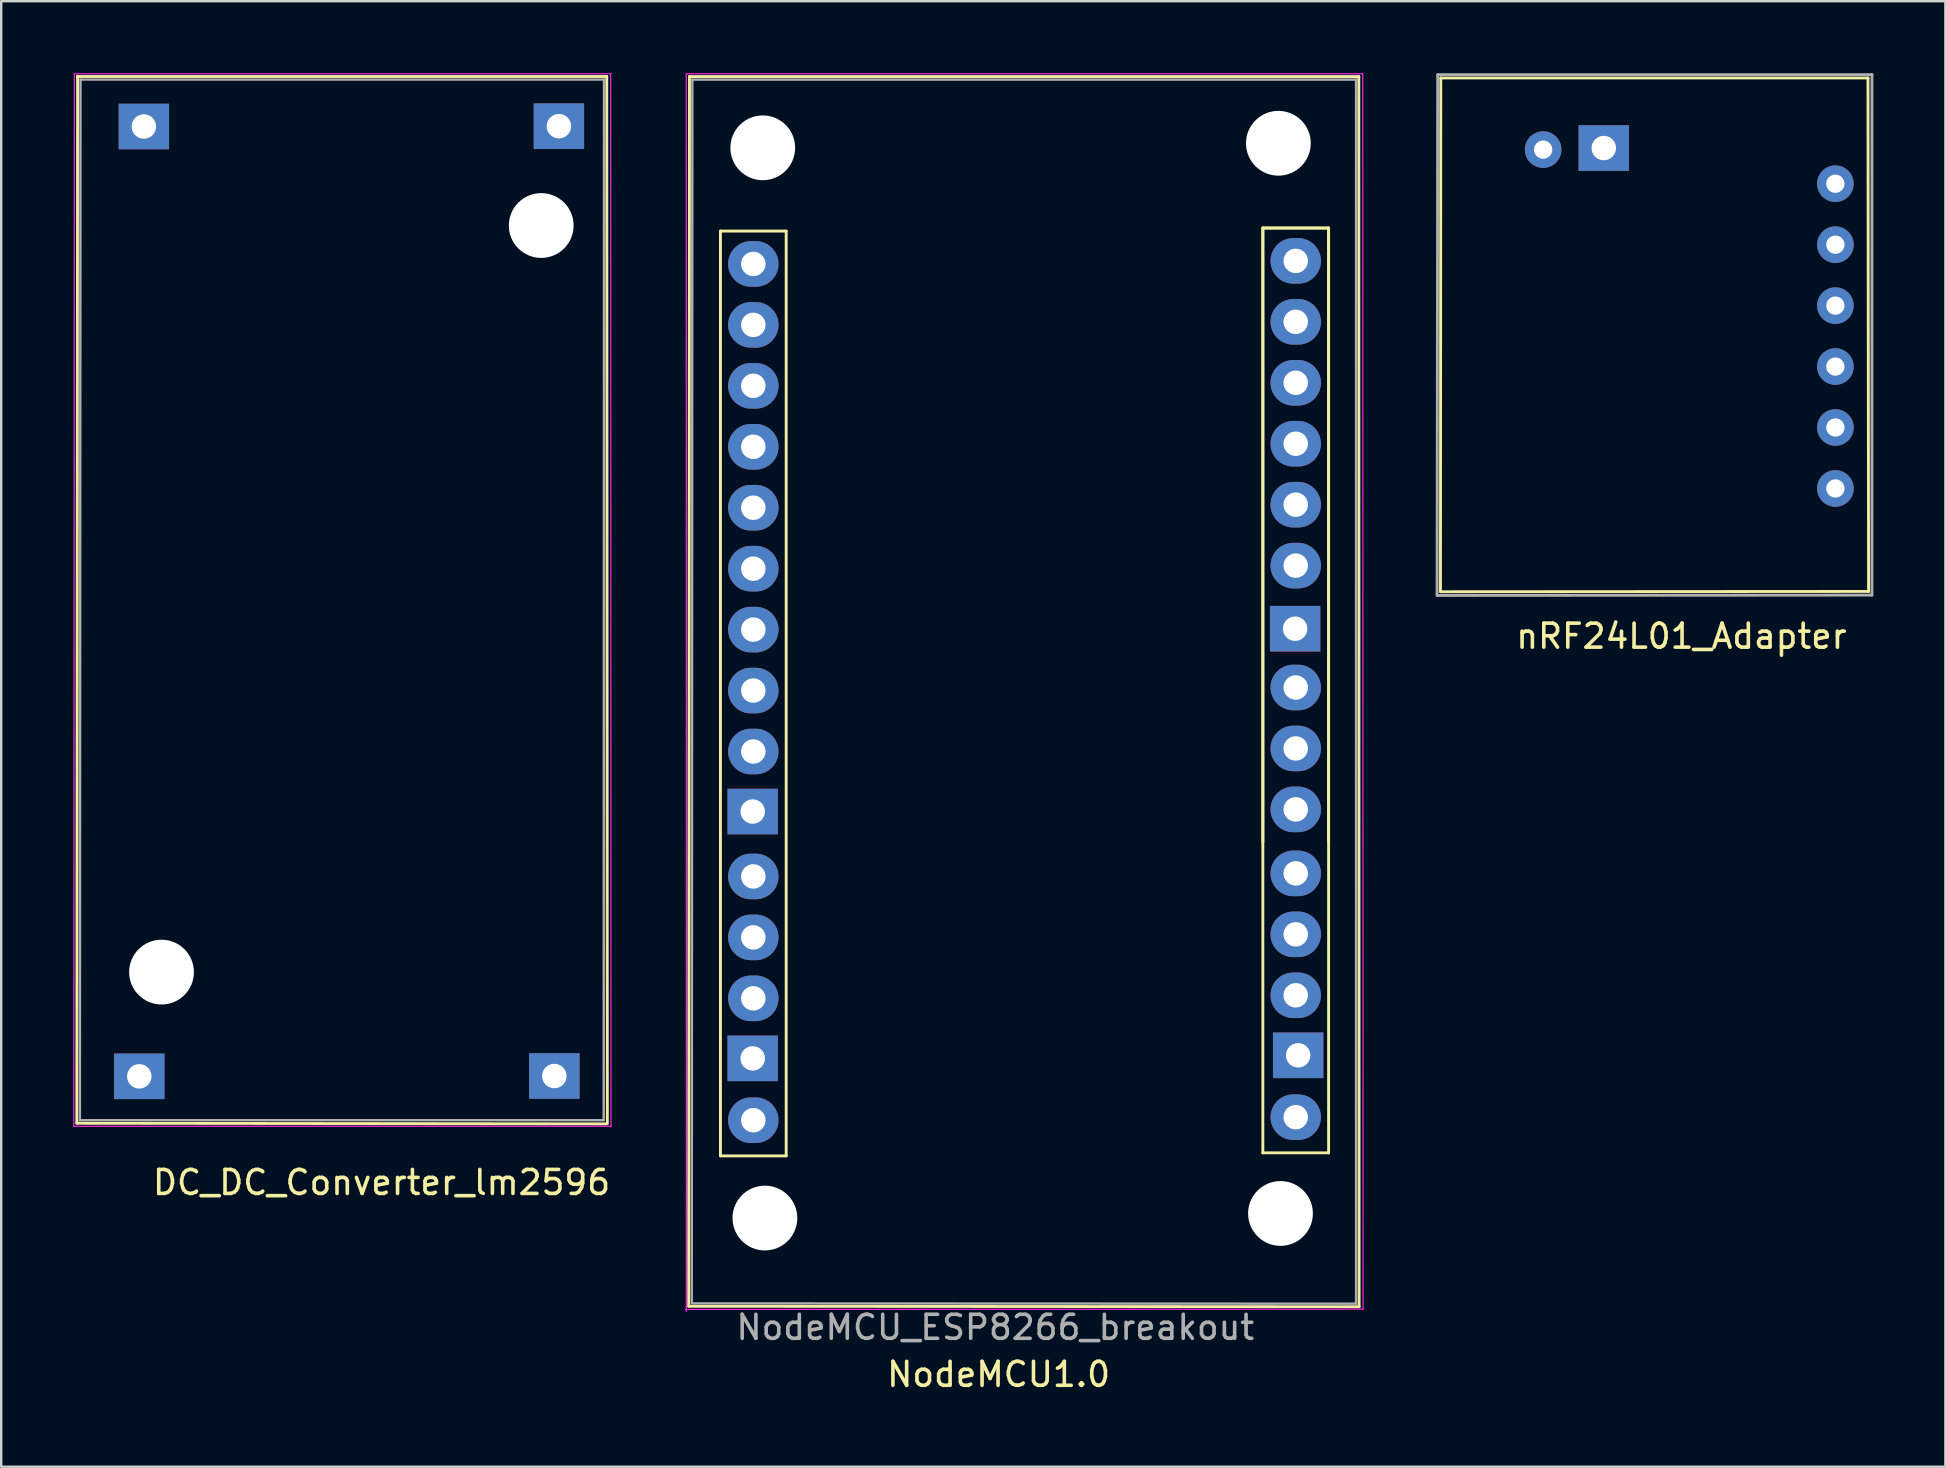
<source format=kicad_pcb>
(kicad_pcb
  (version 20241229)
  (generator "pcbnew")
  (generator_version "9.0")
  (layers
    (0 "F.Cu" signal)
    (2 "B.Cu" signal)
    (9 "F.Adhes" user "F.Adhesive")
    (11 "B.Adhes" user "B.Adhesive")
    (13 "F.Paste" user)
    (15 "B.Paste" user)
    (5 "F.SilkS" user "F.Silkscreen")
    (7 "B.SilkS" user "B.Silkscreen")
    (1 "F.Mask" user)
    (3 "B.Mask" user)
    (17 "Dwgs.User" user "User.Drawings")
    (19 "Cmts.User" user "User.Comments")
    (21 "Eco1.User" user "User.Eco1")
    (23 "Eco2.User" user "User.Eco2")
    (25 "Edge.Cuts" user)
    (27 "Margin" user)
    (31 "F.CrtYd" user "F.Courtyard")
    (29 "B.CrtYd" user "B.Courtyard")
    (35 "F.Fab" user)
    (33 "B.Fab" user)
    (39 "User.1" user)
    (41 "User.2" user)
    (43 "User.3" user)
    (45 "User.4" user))
  (footprint "NodeMCU1.0"
    (layer "F.Cu")
    (at 38.48 18.58)
    (property "Reference" "NodeMCU1.0" (at 0.089 35.649 0) (layer "F.SilkS") (effects (font (size 1 1) (thickness 0.15))))
    (attr through_hole)
    (fp_line (start -12.827 32.81) (end 15.113 32.83) (stroke (width 0.12) (type solid)) (layer "F.SilkS"))
    (fp_line (start -12.795 -18.44) (end -12.827 32.81) (stroke (width 0.12) (type solid)) (layer "F.SilkS"))
    (fp_line (start -12.795 -18.44) (end 15.1 -18.44) (stroke (width 0.12) (type solid)) (layer "F.SilkS"))
    (fp_line (start -11.505 -12) (end -11.505 26.543) (stroke (width 0.12) (type solid)) (layer "F.SilkS"))
    (fp_line (start -11.505 26.543) (end -8.765 26.543) (stroke (width 0.12) (type solid)) (layer "F.SilkS"))
    (fp_line (start -8.765 -12) (end -11.505 -12) (stroke (width 0.12) (type solid)) (layer "F.SilkS"))
    (fp_line (start -8.765 26.543) (end -8.765 -12) (stroke (width 0.12) (type solid)) (layer "F.SilkS"))
    (fp_line (start 11.101 -12.127) (end 11.101 13.473) (stroke (width 0.12) (type solid)) (layer "F.SilkS"))
    (fp_line (start 11.101 -12.127) (end 11.101 26.416) (stroke (width 0.12) (type solid)) (layer "F.SilkS"))
    (fp_line (start 11.101 26.416) (end 13.841 26.416) (stroke (width 0.12) (type solid)) (layer "F.SilkS"))
    (fp_line (start 13.841 -12.127) (end 11.101 -12.127) (stroke (width 0.12) (type solid)) (layer "F.SilkS"))
    (fp_line (start 13.841 -12.127) (end 11.101 -12.127) (stroke (width 0.12) (type solid)) (layer "F.SilkS"))
    (fp_line (start 13.841 13.473) (end 13.841 -12.127) (stroke (width 0.12) (type solid)) (layer "F.SilkS"))
    (fp_line (start 13.841 26.416) (end 13.841 -12.127) (stroke (width 0.12) (type solid)) (layer "F.SilkS"))
    (fp_line (start 15.1 -18.44) (end 15.113 32.83) (stroke (width 0.12) (type solid)) (layer "F.SilkS"))
    (fp_line (start -12.954 32.94) (end 15.278 32.931) (stroke (width 0.05) (type solid)) (layer "F.CrtYd"))
    (fp_line (start -12.929 -18.555) (end -12.925 33.02) (stroke (width 0.05) (type solid)) (layer "F.CrtYd"))
    (fp_line (start 15.265 -18.555) (end -12.929 -18.555) (stroke (width 0.05) (type solid)) (layer "F.CrtYd"))
    (fp_line (start 15.278 32.931) (end 15.265 -18.555) (stroke (width 0.05) (type solid)) (layer "F.CrtYd"))
    (fp_line (start -12.7 32.69) (end 14.986 32.703) (stroke (width 0.1) (type solid)) (layer "F.Fab"))
    (fp_line (start -12.675 -18.313) (end -12.7 32.639) (stroke (width 0.1) (type solid)) (layer "F.Fab"))
    (fp_line (start -12.675 -18.313) (end 14.986 -18.313) (stroke (width 0.1) (type solid)) (layer "F.Fab"))
    (fp_line (start 14.986 -18.313) (end 14.986 32.703) (stroke (width 0.1) (type solid)) (layer "F.Fab"))
    (fp_text user "NodeMCU_ESP8266_breakout" (at -0.051 33.69 0) (layer "F.Fab") (effects (font (size 1 1) (thickness 0.15))))
    (pad "" np_thru_hole circle (at -9.741 -15.469) (size 2.7 2.7) (drill 2.7) (layers "*.Cu" "*.Mask"))
    (pad "" np_thru_hole circle (at -9.652 29.134) (size 2.7 2.7) (drill 2.7) (layers "*.Cu" "*.Mask"))
    (pad "" np_thru_hole circle (at 11.748 -15.659) (size 2.7 2.7) (drill 2.7) (layers "*.Cu" "*.Mask"))
    (pad "" np_thru_hole circle (at 11.836 28.943) (size 2.7 2.7) (drill 2.7) (layers "*.Cu" "*.Mask"))
    (pad "1" thru_hole oval (at -10.135 -10.63) (size 2.1 1.9) (drill 1.02) (layers "*.Cu" "*.Mask"))
    (pad "2" thru_hole oval (at -10.135 -8.09) (size 2.1 1.9) (drill 1.02) (layers "*.Cu" "*.Mask"))
    (pad "3" thru_hole oval (at -10.135 -5.55) (size 2.1 1.9) (drill 1.02) (layers "*.Cu" "*.Mask"))
    (pad "4" thru_hole oval (at -10.135 -3.01) (size 2.1 1.9) (drill 1.02) (layers "*.Cu" "*.Mask"))
    (pad "5" thru_hole oval (at -10.135 -0.47) (size 2.1 1.9) (drill 1.02) (layers "*.Cu" "*.Mask"))
    (pad "6" thru_hole oval (at -10.135 2.07) (size 2.1 1.9) (drill 1.02) (layers "*.Cu" "*.Mask"))
    (pad "7" thru_hole oval (at -10.135 4.61) (size 2.1 1.9) (drill 1.02) (layers "*.Cu" "*.Mask"))
    (pad "8" thru_hole oval (at -10.135 7.15) (size 2.1 1.9) (drill 1.02) (layers "*.Cu" "*.Mask"))
    (pad "9" thru_hole oval (at -10.135 9.69) (size 2.1 1.9) (drill 1.02) (layers "*.Cu" "*.Mask"))
    (pad "10" thru_hole rect (at -10.16 12.192) (size 2.1 1.9) (drill 1.02) (layers "*.Cu" "*.Mask"))
    (pad "11" thru_hole oval (at -10.135 14.897) (size 2.1 1.9) (drill 1.02) (layers "*.Cu" "*.Mask"))
    (pad "12" thru_hole oval (at -10.135 17.437) (size 2.1 1.9) (drill 1.02) (layers "*.Cu" "*.Mask"))
    (pad "13" thru_hole oval (at -10.135 19.977) (size 2.1 1.9) (drill 1.02) (layers "*.Cu" "*.Mask"))
    (pad "14" thru_hole rect (at -10.16 22.479) (size 2.1 1.9) (drill 1.02) (layers "*.Cu" "*.Mask"))
    (pad "15" thru_hole oval (at -10.135 25.057) (size 2.1 1.9) (drill 1.02) (layers "*.Cu" "*.Mask"))
    (pad "16" thru_hole oval (at 12.471 24.93) (size 2.1 1.9) (drill 1.02) (layers "*.Cu" "*.Mask"))
    (pad "17" thru_hole rect (at 12.573 22.352) (size 2.1 1.9) (drill 1.02) (layers "*.Cu" "*.Mask"))
    (pad "18" thru_hole oval (at 12.471 19.85) (size 2.1 1.9) (drill 1.02) (layers "*.Cu" "*.Mask"))
    (pad "19" thru_hole oval (at 12.471 17.31) (size 2.1 1.9) (drill 1.02) (layers "*.Cu" "*.Mask"))
    (pad "20" thru_hole oval (at 12.471 14.77) (size 2.1 1.9) (drill 1.02) (layers "*.Cu" "*.Mask"))
    (pad "21" thru_hole oval (at 12.471 12.103) (size 2.1 1.9) (drill 1.02) (layers "*.Cu" "*.Mask"))
    (pad "22" thru_hole oval (at 12.471 9.563) (size 2.1 1.9) (drill 1.02) (layers "*.Cu" "*.Mask"))
    (pad "23" thru_hole oval (at 12.471 7.023) (size 2.1 1.9) (drill 1.02) (layers "*.Cu" "*.Mask"))
    (pad "24" thru_hole rect (at 12.446 4.572) (size 2.1 1.9) (drill 1.02) (layers "*.Cu" "*.Mask"))
    (pad "25" thru_hole oval (at 12.471 1.943) (size 2.1 1.9) (drill 1.02) (layers "*.Cu" "*.Mask"))
    (pad "26" thru_hole oval (at 12.471 -0.597) (size 2.1 1.9) (drill 1.02) (layers "*.Cu" "*.Mask"))
    (pad "27" thru_hole oval (at 12.471 -3.137) (size 2.1 1.9) (drill 1.02) (layers "*.Cu" "*.Mask"))
    (pad "28" thru_hole oval (at 12.471 -5.677) (size 2.1 1.9) (drill 1.02) (layers "*.Cu" "*.Mask"))
    (pad "29" thru_hole oval (at 12.471 -8.217) (size 2.1 1.9) (drill 1.02) (layers "*.Cu" "*.Mask"))
    (pad "30" thru_hole oval (at 12.471 -10.757) (size 2.1 1.9) (drill 1.02) (layers "*.Cu" "*.Mask")))
  (footprint "nRF24L01_Adapter"
    (layer "F.Cu")
    (at 65.822 12.011)
    (property "Reference" "nRF24L01_Adapter" (at 1.206 11.455 0) (layer "F.SilkS") (effects (font (size 1 1) (thickness 0.15))))
    (attr through_hole)
    (fp_line (start -8.826 -11.811) (end -8.839 9.601) (stroke (width 0.12) (type solid)) (layer "F.SilkS"))
    (fp_line (start -8.826 9.601) (end 9.004 9.588) (stroke (width 0.12) (type solid)) (layer "F.SilkS"))
    (fp_line (start 8.979 -11.811) (end -8.826 -11.811) (stroke (width 0.12) (type solid)) (layer "F.SilkS"))
    (fp_line (start 9.004 9.588) (end 8.979 -11.811) (stroke (width 0.12) (type solid)) (layer "F.SilkS"))
    (fp_line (start -8.979 9.754) (end 9.144 9.741) (stroke (width 0.12) (type solid)) (layer "F.Fab"))
    (fp_line (start -8.954 -11.938) (end -8.979 9.754) (stroke (width 0.12) (type solid)) (layer "F.Fab"))
    (fp_line (start 9.144 -11.951) (end -8.954 -11.951) (stroke (width 0.12) (type solid)) (layer "F.Fab"))
    (fp_line (start 9.144 9.741) (end 9.144 -11.951) (stroke (width 0.12) (type solid)) (layer "F.Fab"))
    (pad "1" thru_hole circle (at -4.559 -8.826) (size 1.524 1.524) (drill 0.762) (layers "*.Cu" "*.Mask"))
    (pad "2" thru_hole rect (at -2.032 -8.89) (size 2.1 1.9) (drill 1.02) (layers "*.Cu" "*.Mask"))
    (pad "3" thru_hole circle (at 7.62 -4.864) (size 1.524 1.524) (drill 0.762) (layers "*.Cu" "*.Mask"))
    (pad "4" thru_hole circle (at 7.62 -2.324) (size 1.524 1.524) (drill 0.762) (layers "*.Cu" "*.Mask"))
    (pad "5" thru_hole circle (at 7.62 0.216) (size 1.524 1.524) (drill 0.762) (layers "*.Cu" "*.Mask"))
    (pad "6" thru_hole circle (at 7.62 2.756) (size 1.524 1.524) (drill 0.762) (layers "*.Cu" "*.Mask"))
    (pad "7" thru_hole circle (at 7.62 5.296) (size 1.524 1.524) (drill 0.762) (layers "*.Cu" "*.Mask"))
    (pad "8" thru_hole circle (at 7.62 -7.404) (size 1.524 1.524) (drill 0.762) (layers "*.Cu" "*.Mask")))
  (footprint "DC_DC_Converter_lm2596"
    (layer "F.Cu")
    (at 13.004 30.53)
    (property "Reference" "DC_DC_Converter_lm2596" (at -0.152 15.702 0) (layer "F.SilkS") (effects (font (size 1 1) (thickness 0.15))))
    (attr through_hole)
    (fp_line (start -12.852 13.233) (end 9.233 13.259) (stroke (width 0.12) (type solid)) (layer "F.SilkS"))
    (fp_line (start -12.827 -30.391) (end 9.233 -30.391) (stroke (width 0.12) (type solid)) (layer "F.SilkS"))
    (fp_line (start -12.82 -30.404) (end -12.852 13.233) (stroke (width 0.12) (type solid)) (layer "F.SilkS"))
    (fp_line (start 9.233 -30.391) (end 9.258 13.246) (stroke (width 0.12) (type solid)) (layer "F.SilkS"))
    (fp_line (start -12.979 13.36) (end 9.411 13.36) (stroke (width 0.05) (type solid)) (layer "F.CrtYd"))
    (fp_line (start -12.954 -30.505) (end -12.979 13.36) (stroke (width 0.05) (type solid)) (layer "F.CrtYd"))
    (fp_line (start 9.398 -30.505) (end -12.954 -30.505) (stroke (width 0.05) (type solid)) (layer "F.CrtYd"))
    (fp_line (start 9.411 13.36) (end 9.398 -30.505) (stroke (width 0.05) (type solid)) (layer "F.CrtYd"))
    (fp_line (start -12.725 13.106) (end 9.093 13.106) (stroke (width 0.1) (type solid)) (layer "F.Fab"))
    (fp_line (start -12.7 -30.264) (end -12.725 13.106) (stroke (width 0.1) (type solid)) (layer "F.Fab"))
    (fp_line (start -12.7 -30.264) (end 9.119 -30.264) (stroke (width 0.1) (type solid)) (layer "F.Fab"))
    (fp_line (start 9.119 -30.264) (end 9.106 13.106) (stroke (width 0.1) (type solid)) (layer "F.Fab"))
    (pad "" np_thru_hole circle (at -9.322 6.934) (size 2.7 2.7) (drill 2.7) (layers "*.Cu" "*.Mask"))
    (pad "" np_thru_hole circle (at 6.502 -24.181) (size 2.7 2.7) (drill 2.7) (layers "*.Cu" "*.Mask"))
    (pad "1" thru_hole rect (at -10.058 -28.308) (size 2.1 1.9) (drill 1.02) (layers "*.Cu" "*.Mask"))
    (pad "2" thru_hole rect (at 7.239 -28.321) (size 2.1 1.9) (drill 1.02) (layers "*.Cu" "*.Mask"))
    (pad "3" thru_hole rect (at -10.249 11.278) (size 2.1 1.9) (drill 1.02) (layers "*.Cu" "*.Mask"))
    (pad "4" thru_hole rect (at 7.048 11.265) (size 2.1 1.9) (drill 1.02) (layers "*.Cu" "*.Mask")))
  (gr_rect
    (start -3 -3)
    (end 78.026 58.077)
    (stroke (width 0.1) (type default))
    (fill no)
    (layer "Edge.Cuts")))
</source>
